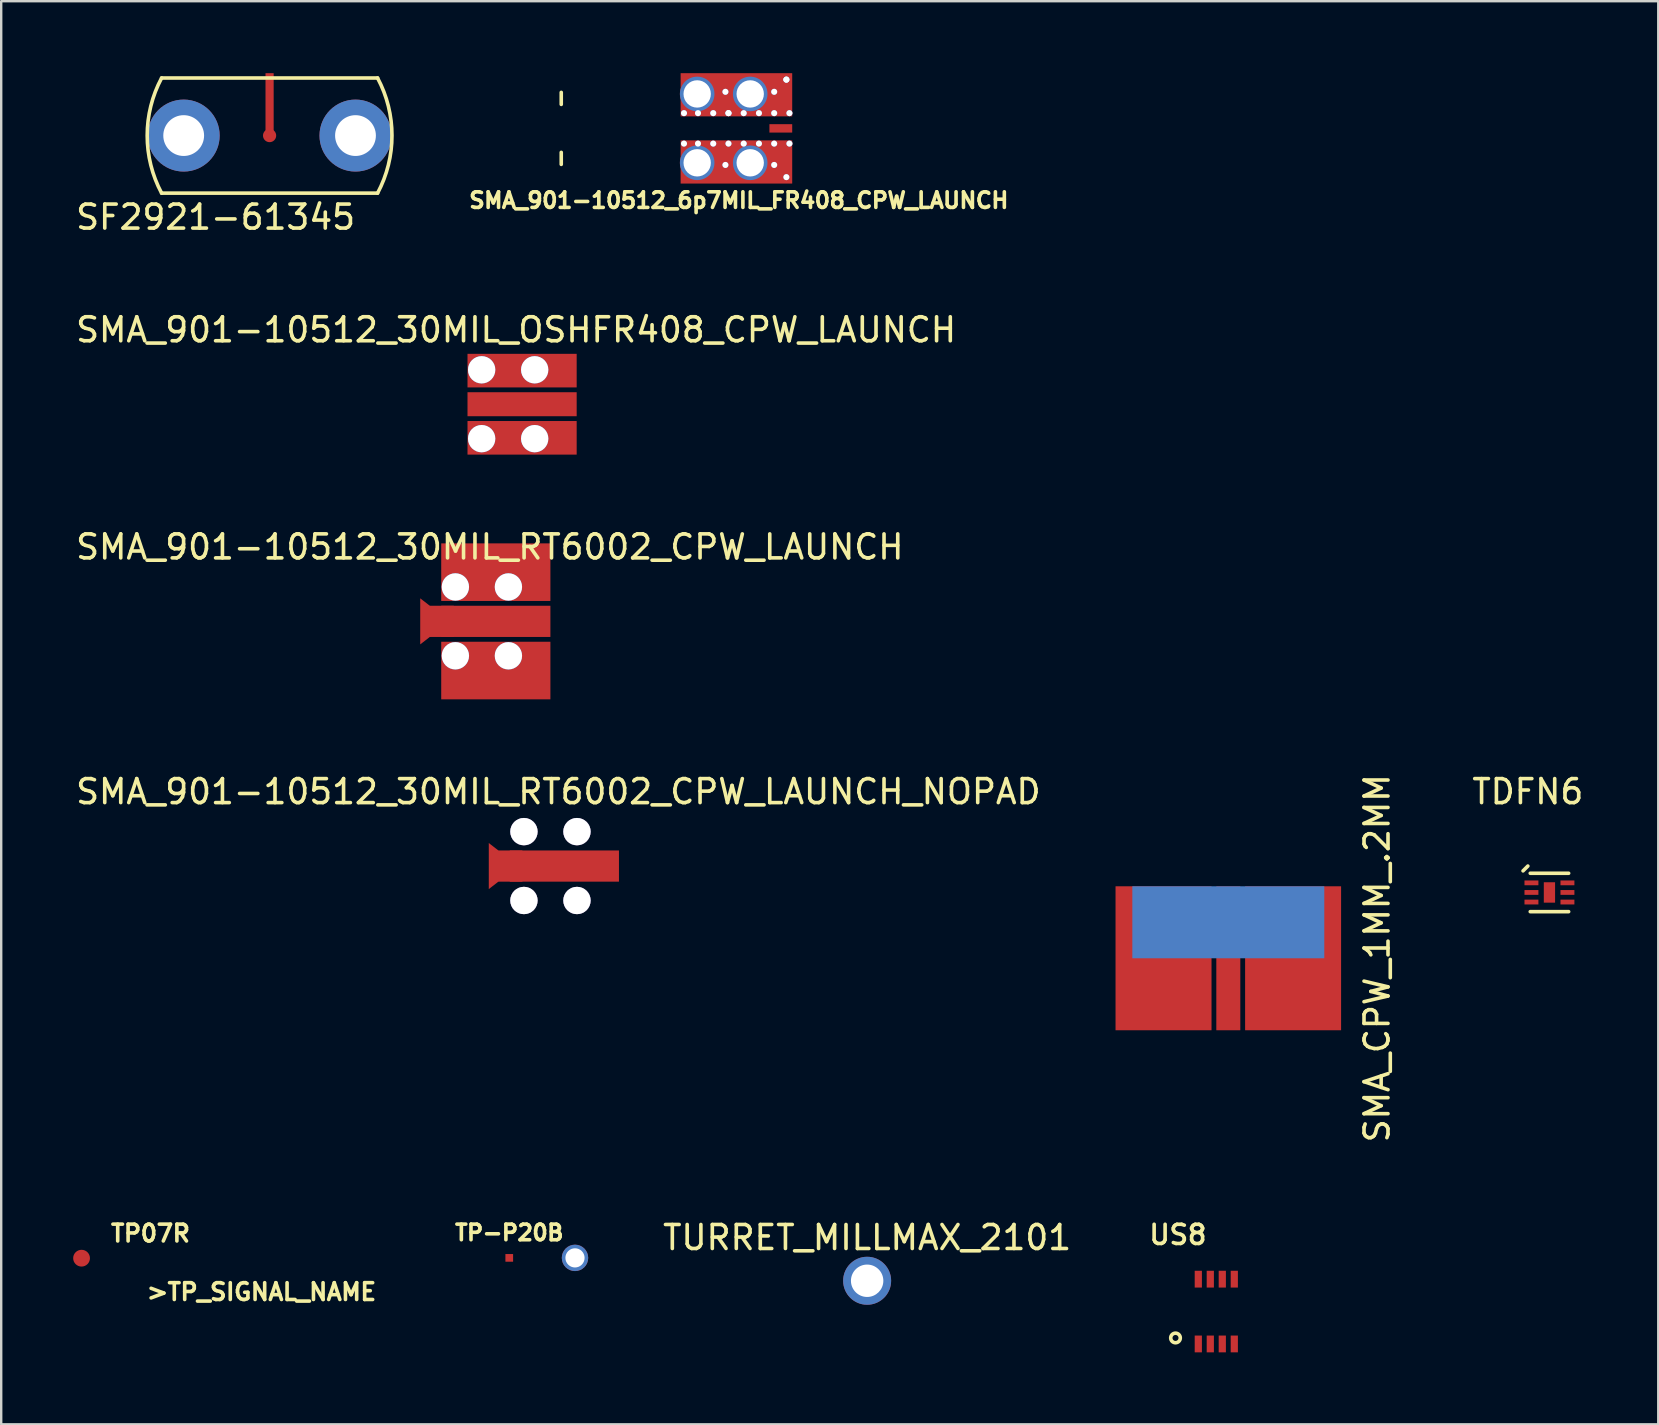
<source format=kicad_pcb>
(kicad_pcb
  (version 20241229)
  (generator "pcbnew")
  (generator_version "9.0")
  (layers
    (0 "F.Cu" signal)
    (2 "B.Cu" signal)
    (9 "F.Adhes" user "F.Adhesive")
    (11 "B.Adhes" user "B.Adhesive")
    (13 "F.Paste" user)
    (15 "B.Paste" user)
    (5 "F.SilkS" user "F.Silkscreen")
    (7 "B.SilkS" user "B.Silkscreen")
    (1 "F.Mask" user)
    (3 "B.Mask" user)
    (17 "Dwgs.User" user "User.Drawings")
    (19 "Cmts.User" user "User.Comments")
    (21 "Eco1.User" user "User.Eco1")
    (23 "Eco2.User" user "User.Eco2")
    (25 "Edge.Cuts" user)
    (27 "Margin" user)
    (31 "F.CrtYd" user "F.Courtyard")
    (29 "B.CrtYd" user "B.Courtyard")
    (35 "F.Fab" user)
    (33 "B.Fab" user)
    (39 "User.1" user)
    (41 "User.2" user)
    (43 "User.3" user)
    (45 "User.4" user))
  (footprint "US8"
    (layer "F.Cu")
    (at 47.639 51.609)
    (property "Reference" "US8" (at -1.6 -3.2 0) (layer "F.SilkS") (effects (font (size 0.8 0.8) (thickness 0.15))))
    (attr through_hole)
    (fp_circle (center -1.7 1.1) (end -1.9 1.1) (stroke (width 0.15) (type solid)) (fill no) (layer "F.SilkS"))
    (pad "1" smd rect (at -0.75 1.35) (size 0.3 0.7) (layers "F.Cu" "F.Mask" "F.Paste"))
    (pad "2" smd rect (at -0.25 1.35) (size 0.3 0.7) (layers "F.Cu" "F.Mask" "F.Paste"))
    (pad "3" smd rect (at 0.25 1.35) (size 0.3 0.7) (layers "F.Cu" "F.Mask" "F.Paste"))
    (pad "4" smd rect (at 0.75 1.35) (size 0.3 0.7) (layers "F.Cu" "F.Mask" "F.Paste"))
    (pad "5" smd rect (at 0.75 -1.35) (size 0.3 0.7) (layers "F.Cu" "F.Mask" "F.Paste"))
    (pad "6" smd rect (at 0.25 -1.35) (size 0.3 0.7) (layers "F.Cu" "F.Mask" "F.Paste"))
    (pad "7" smd rect (at -0.25 -1.35) (size 0.3 0.7) (layers "F.Cu" "F.Mask" "F.Paste"))
    (pad "8" smd rect (at -0.75 -1.35) (size 0.3 0.7) (layers "F.Cu" "F.Mask" "F.Paste")))
  (footprint "SMA_901-10512_30MIL_OSHFR408_CPW_LAUNCH"
    (layer "F.Cu")
    (at 18.708 13.796)
    (property "Reference" "SMA_901-10512_30MIL_OSHFR408_CPW_LAUNCH" (at -0.25 -3.1 0) (layer "F.SilkS") (effects (font (size 1 1) (thickness 0.15))))
    (attr through_hole)
    (pad "1" smd rect (at 0 0) (size 4.55 1) (layers "F.Cu" "F.Mask" "F.Paste"))
    (pad "2" thru_hole circle (at -1.685 -1.435) (size 1.14 1.14) (drill 1.14) (layers "*.Cu" "*.Mask"))
    (pad "2" smd rect (at 0 -1.4) (size 4.55 1.4) (layers "F.Cu" "F.Mask" "F.Paste"))
    (pad "2" thru_hole circle (at 0.525 -1.435) (size 1.14 1.14) (drill 1.14) (layers "*.Cu" "*.Mask"))
    (pad "3" thru_hole circle (at -1.685 1.435) (size 1.14 1.14) (drill 1.14) (layers "*.Cu" "*.Mask"))
    (pad "3" smd rect (at 0 1.4) (size 4.55 1.4) (layers "F.Cu" "F.Mask" "F.Paste"))
    (pad "3" thru_hole circle (at 0.525 1.435) (size 1.14 1.14) (drill 1.14) (layers "*.Cu" "*.Mask")))
  (footprint "TDFN6"
    (layer "F.Cu")
    (at 61.523 34.143)
    (property "Reference" "TDFN6" (at -0.9 -4.2 0) (layer "F.SilkS") (effects (font (size 1 1) (thickness 0.15))))
    (attr through_hole)
    (fp_line (start -0.9 -1.1) (end -1.1 -0.9) (stroke (width 0.15) (type solid)) (layer "F.SilkS"))
    (fp_line (start -0.8 -0.8) (end 0.8 -0.8) (stroke (width 0.15) (type solid)) (layer "F.SilkS"))
    (fp_line (start -0.8 0.8) (end 0.8 0.8) (stroke (width 0.15) (type solid)) (layer "F.SilkS"))
    (pad "1" smd rect (at -0.75 -0.4) (size 0.58 0.2) (layers "F.Cu" "F.Mask" "F.Paste"))
    (pad "2" smd rect (at -0.75 0) (size 0.58 0.2) (layers "F.Cu" "F.Mask" "F.Paste"))
    (pad "3" smd rect (at -0.75 0.4) (size 0.58 0.2) (layers "F.Cu" "F.Mask" "F.Paste"))
    (pad "4" smd rect (at 0.75 0.4) (size 0.58 0.2) (layers "F.Cu" "F.Mask" "F.Paste"))
    (pad "5" smd rect (at 0.75 0) (size 0.58 0.2) (layers "F.Cu" "F.Mask" "F.Paste"))
    (pad "6" smd rect (at 0.75 -0.4) (size 0.58 0.2) (layers "F.Cu" "F.Mask" "F.Paste"))
    (pad "7" smd rect (at 0 0) (size 0.47 0.85) (layers "F.Cu" "F.Mask" "F.Paste")))
  (footprint "TP07R"
    (layer "F.Cu")
    (at 0.349 49.385)
    (property "Reference" "TP07R" (at 2.873 -1.034 0) (layer "F.SilkS") (effects (font (size 0.7 0.7) (thickness 0.15))))
    (attr smd)
    (fp_text user ">TP_SIGNAL_NAME" (at 7.498 1.405 0) (layer "F.SilkS") (effects (font (size 0.7 0.7) (thickness 0.15))))
    (pad "1" smd circle (at 0 0) (size 0.699 0.699) (layers "F.Cu" "F.Mask" "F.Paste")))
  (footprint "SMA_901-10512_30MIL_RT6002_CPW_LAUNCH"
    (layer "F.Cu")
    (at 17.613 22.845)
    (property "Reference" "SMA_901-10512_30MIL_RT6002_CPW_LAUNCH" (at -0.25 -3.1 0) (layer "F.SilkS") (effects (font (size 1 1) (thickness 0.15))))
    (attr through_hole)
    (pad "1" smd trapezoid (at -2.75 0) (size 0.8 1.3) (rect_delta 0.62 0) (layers "F.Cu" "F.Mask" "F.Paste"))
    (pad "1" smd rect (at -2.25 0) (size 1 1.3) (layers "F.Cu" "F.Mask" "F.Paste"))
    (pad "1" smd rect (at 0 0) (size 4.55 1.3) (layers "F.Cu" "F.Mask" "F.Paste"))
    (pad "2" thru_hole circle (at -1.685 -1.435) (size 1.14 1.14) (drill 1.14) (layers "*.Cu" "*.Mask"))
    (pad "2" smd rect (at 0 -2.05) (size 4.55 2.4) (layers "F.Cu" "F.Mask" "F.Paste"))
    (pad "2" thru_hole circle (at 0.525 -1.435) (size 1.14 1.14) (drill 1.14) (layers "*.Cu" "*.Mask"))
    (pad "3" thru_hole circle (at -1.685 1.435) (size 1.14 1.14) (drill 1.14) (layers "*.Cu" "*.Mask"))
    (pad "3" smd rect (at 0 2.05) (size 4.55 2.4) (layers "F.Cu" "F.Mask" "F.Paste"))
    (pad "3" thru_hole circle (at 0.525 1.435) (size 1.14 1.14) (drill 1.14) (layers "*.Cu" "*.Mask")))
  (footprint "SF2921-61345"
    (layer "F.Cu")
    (at 8.185 2.6)
    (property "Reference" "SF2921-61345" (at -2.25 3.4 0) (layer "F.SilkS") (effects (font (size 1 1) (thickness 0.15))))
    (attr through_hole)
    (fp_line (start -4.5 -2.4) (end 4.5 -2.4) (stroke (width 0.15) (type solid)) (layer "F.SilkS"))
    (fp_line (start -4.5 2.4) (end 4.5 2.4) (stroke (width 0.15) (type solid)) (layer "F.SilkS"))
    (fp_arc (start -4.499999 2.400001) (mid -5.1 0.000001) (end -4.5 -2.399999) (stroke (width 0.15) (type solid)) (layer "F.SilkS"))
    (fp_arc (start 4.5 -2.4) (mid 5.1 0) (end 4.5 2.4) (stroke (width 0.15) (type solid)) (layer "F.SilkS"))
    (pad "1" smd rect (at 0 -1.3) (size 0.34 2.6) (layers "F.Cu"))
    (pad "1" smd circle (at 0 0 90) (size 0.55 0.55) (layers "F.Cu" "F.Mask"))
    (pad "2" thru_hole circle (at -3.58 0) (size 3 3) (drill 1.7) (layers "*.Cu" "*.Mask"))
    (pad "2" thru_hole circle (at 3.58 0) (size 3 3) (drill 1.7) (layers "*.Cu" "*.Mask")))
  (footprint "SMA_CPW_1MM_.2MM"
    (layer "F.Cu")
    (at 48.14 36.886)
    (property "Reference" "SMA_CPW_1MM_.2MM" (at 6.2 0 90) (layer "F.SilkS") (effects (font (size 1 1) (thickness 0.15))))
    (attr through_hole)
    (pad "1" smd rect (at 0 0) (size 1 6) (layers "F.Cu" "F.Mask" "F.Paste"))
    (pad "2" smd rect (at -2.7 0) (size 4 6) (layers "F.Cu" "F.Mask" "F.Paste"))
    (pad "2" smd rect (at 2.7 0) (size 4 6) (layers "F.Cu" "F.Mask" "F.Paste"))
    (pad "3" smd rect (at 0 -1.5 270) (size 3 8) (layers "B.Cu" "B.Mask" "B.Paste")))
  (footprint "TURRET_MILLMAX_2101"
    (layer "F.Cu")
    (at 33.088 50.326)
    (property "Reference" "TURRET_MILLMAX_2101" (at 0 -1.8 0) (layer "F.SilkS") (effects (font (size 1 1) (thickness 0.15))))
    (attr through_hole)
    (pad "1" thru_hole circle (at 0 0) (size 2 2) (drill 1.35) (layers "*.Cu" "*.Mask")))
  (footprint "SMA_901-10512_6p7MIL_FR408_CPW_LAUNCH"
    (layer "F.Cu")
    (at 27.69 2.3)
    (property "Reference" "SMA_901-10512_6p7MIL_FR408_CPW_LAUNCH" (at 0.05 3 0) (layer "F.SilkS") (effects (font (size 0.65 0.65) (thickness 0.15))))
    (attr through_hole)
    (fp_line (start -7.35 -1) (end -7.35 -1.5) (stroke (width 0.15) (type solid)) (layer "F.SilkS"))
    (fp_line (start -7.35 1.5) (end -7.35 1) (stroke (width 0.15) (type solid)) (layer "F.SilkS"))
    (pad "1" smd rect (at 1.8 0) (size 0.95 0.35) (layers "F.Cu" "F.Mask" "F.Paste"))
    (pad "2" thru_hole circle (at -2.235 -0.635) (size 0.254 0.254) (drill 0.254) (layers "*.Cu" "*.Mask"))
    (pad "2" thru_hole circle (at -2.235 0.635) (size 0.254 0.254) (drill 0.254) (layers "*.Cu" "*.Mask"))
    (pad "2" thru_hole circle (at -1.685 -1.435) (size 1.44 1.44) (drill 1.14) (layers "*.Cu" "*.Mask"))
    (pad "2" thru_hole circle (at -1.651 -0.635) (size 0.254 0.254) (drill 0.254) (layers "*.Cu" "*.Mask"))
    (pad "2" thru_hole circle (at -1.651 0.635) (size 0.254 0.254) (drill 0.254) (layers "*.Cu" "*.Mask"))
    (pad "2" thru_hole circle (at -1.016 -0.635) (size 0.254 0.254) (drill 0.254) (layers "*.Cu" "*.Mask"))
    (pad "2" thru_hole circle (at -1.016 0.635) (size 0.254 0.254) (drill 0.254) (layers "*.Cu" "*.Mask"))
    (pad "2" thru_hole circle (at -0.508 -1.524) (size 0.254 0.254) (drill 0.254) (layers "*.Cu" "*.Mask"))
    (pad "2" thru_hole circle (at -0.508 1.524) (size 0.254 0.254) (drill 0.254) (layers "*.Cu" "*.Mask"))
    (pad "2" thru_hole circle (at -0.381 -0.635) (size 0.254 0.254) (drill 0.254) (layers "*.Cu" "*.Mask"))
    (pad "2" thru_hole circle (at -0.381 -0.635) (size 0.254 0.254) (drill 0.254) (layers "*.Cu" "*.Mask"))
    (pad "2" thru_hole circle (at -0.381 0.635) (size 0.254 0.254) (drill 0.254) (layers "*.Cu" "*.Mask"))
    (pad "2" smd rect (at -0.05 -1.4) (size 4.65 1.8) (layers "F.Cu" "F.Mask" "F.Paste"))
    (pad "2" thru_hole circle (at 0.254 -0.635) (size 0.254 0.254) (drill 0.254) (layers "*.Cu" "*.Mask"))
    (pad "2" thru_hole circle (at 0.254 0.635) (size 0.254 0.254) (drill 0.254) (layers "*.Cu" "*.Mask"))
    (pad "2" thru_hole circle (at 0.525 -1.435) (size 1.44 1.44) (drill 1.14) (layers "*.Cu" "*.Mask"))
    (pad "2" thru_hole circle (at 0.889 -0.635) (size 0.254 0.254) (drill 0.254) (layers "*.Cu" "*.Mask"))
    (pad "2" thru_hole circle (at 0.889 0.635) (size 0.254 0.254) (drill 0.254) (layers "*.Cu" "*.Mask"))
    (pad "2" thru_hole circle (at 1.524 -1.524) (size 0.254 0.254) (drill 0.254) (layers "*.Cu" "*.Mask"))
    (pad "2" thru_hole circle (at 1.524 -0.635) (size 0.254 0.254) (drill 0.254) (layers "*.Cu" "*.Mask"))
    (pad "2" thru_hole circle (at 1.524 0.635) (size 0.254 0.254) (drill 0.254) (layers "*.Cu" "*.Mask"))
    (pad "2" thru_hole circle (at 1.524 1.524) (size 0.254 0.254) (drill 0.254) (layers "*.Cu" "*.Mask"))
    (pad "2" thru_hole circle (at 2.032 -2.032) (size 0.254 0.254) (drill 0.254) (layers "*.Cu" "*.Mask"))
    (pad "2" thru_hole circle (at 2.032 -2.032) (size 0.254 0.254) (drill 0.254) (layers "*.Cu" "*.Mask"))
    (pad "2" thru_hole circle (at 2.032 2.032) (size 0.254 0.254) (drill 0.254) (layers "*.Cu" "*.Mask"))
    (pad "2" thru_hole circle (at 2.159 -0.635) (size 0.254 0.254) (drill 0.254) (layers "*.Cu" "*.Mask"))
    (pad "2" thru_hole circle (at 2.159 0.635) (size 0.254 0.254) (drill 0.254) (layers "*.Cu" "*.Mask"))
    (pad "3" thru_hole circle (at -1.685 1.435) (size 1.44 1.44) (drill 1.14) (layers "*.Cu" "*.Mask"))
    (pad "3" smd rect (at -0.05 1.4) (size 4.65 1.8) (layers "F.Cu" "F.Mask" "F.Paste"))
    (pad "3" thru_hole circle (at 0.525 1.435) (size 1.44 1.44) (drill 1.14) (layers "*.Cu" "*.Mask")))
  (footprint "SMA_901-10512_30MIL_RT6002_CPW_LAUNCH_NOPAD"
    (layer "F.Cu")
    (at 20.47 33.043)
    (property "Reference" "SMA_901-10512_30MIL_RT6002_CPW_LAUNCH_NOPAD" (at -0.25 -3.1 0) (layer "F.SilkS") (effects (font (size 1 1) (thickness 0.15))))
    (attr through_hole)
    (pad "1" smd trapezoid (at -2.75 0) (size 0.8 1.3) (rect_delta 0.62 0) (layers "F.Cu" "F.Mask" "F.Paste"))
    (pad "1" smd rect (at -2.25 0) (size 1 1.3) (layers "F.Cu" "F.Mask" "F.Paste"))
    (pad "1" smd rect (at 0 0) (size 4.55 1.3) (layers "F.Cu" "F.Mask" "F.Paste"))
    (pad "2" thru_hole circle (at -1.685 -1.435) (size 1.14 1.14) (drill 1.14) (layers "*.Cu" "*.Mask"))
    (pad "2" thru_hole circle (at 0.525 -1.435) (size 1.14 1.14) (drill 1.14) (layers "*.Cu" "*.Mask"))
    (pad "3" thru_hole circle (at -1.685 1.435) (size 1.14 1.14) (drill 1.14) (layers "*.Cu" "*.Mask"))
    (pad "3" thru_hole circle (at 0.525 1.435) (size 1.14 1.14) (drill 1.14) (layers "*.Cu" "*.Mask")))
  (footprint "TP-P20B"
    (layer "F.Cu")
    (at 18.173 49.372)
    (property "Reference" "TP-P20B" (at 0 -1.05 0) (layer "F.SilkS") (effects (font (size 0.65 0.65) (thickness 0.15))))
    (attr through_hole)
    (pad "1" smd rect (at 0 0) (size 0.32 0.32) (layers "F.Cu" "F.Mask" "F.Paste"))
    (pad "2" thru_hole circle (at 2.74 0) (size 1.1 1.1) (drill 0.8) (layers "*.Cu" "*.Mask")))
  (gr_rect
    (start -3 -3)
    (end 66.058 56.309)
    (stroke (width 0.1) (type default))
    (fill no)
    (layer "Edge.Cuts")))
</source>
